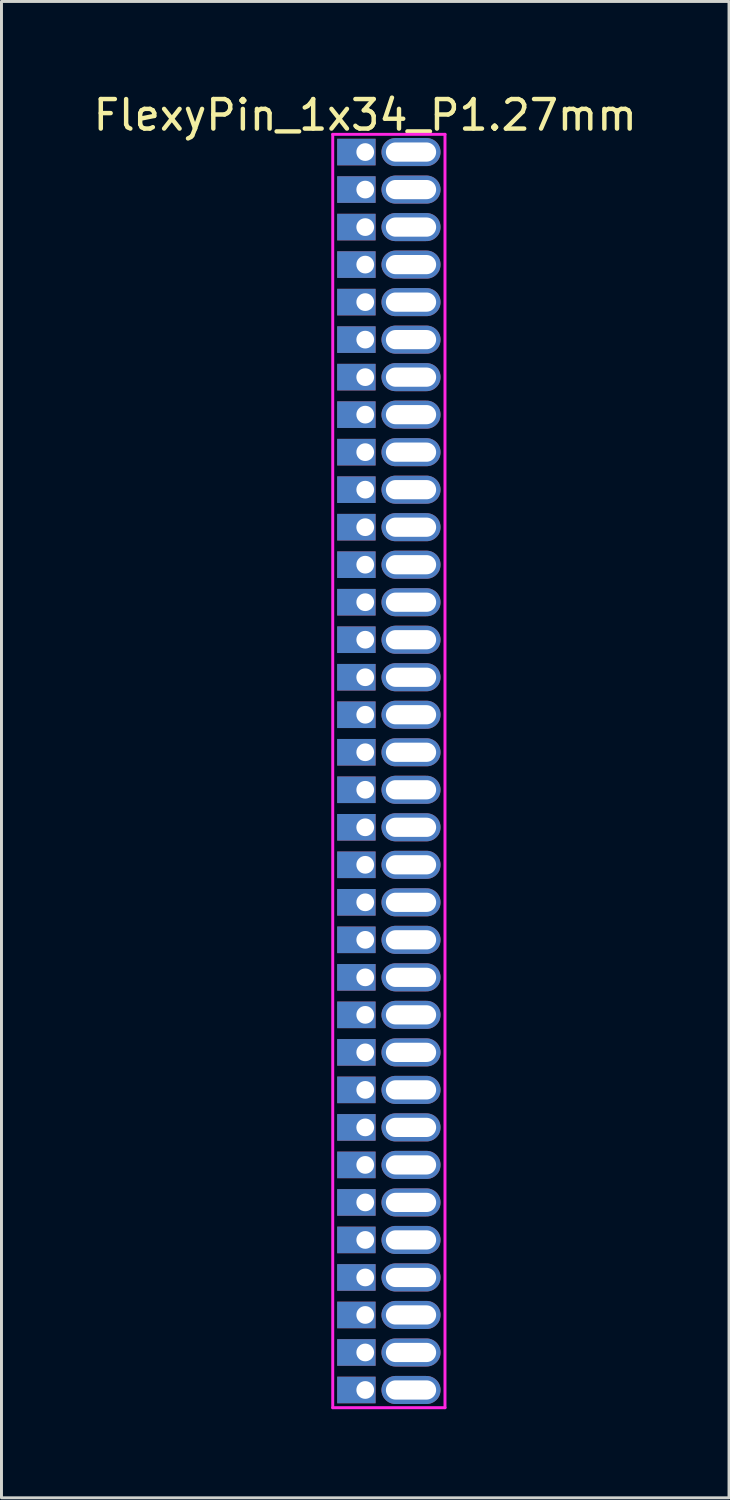
<source format=kicad_pcb>
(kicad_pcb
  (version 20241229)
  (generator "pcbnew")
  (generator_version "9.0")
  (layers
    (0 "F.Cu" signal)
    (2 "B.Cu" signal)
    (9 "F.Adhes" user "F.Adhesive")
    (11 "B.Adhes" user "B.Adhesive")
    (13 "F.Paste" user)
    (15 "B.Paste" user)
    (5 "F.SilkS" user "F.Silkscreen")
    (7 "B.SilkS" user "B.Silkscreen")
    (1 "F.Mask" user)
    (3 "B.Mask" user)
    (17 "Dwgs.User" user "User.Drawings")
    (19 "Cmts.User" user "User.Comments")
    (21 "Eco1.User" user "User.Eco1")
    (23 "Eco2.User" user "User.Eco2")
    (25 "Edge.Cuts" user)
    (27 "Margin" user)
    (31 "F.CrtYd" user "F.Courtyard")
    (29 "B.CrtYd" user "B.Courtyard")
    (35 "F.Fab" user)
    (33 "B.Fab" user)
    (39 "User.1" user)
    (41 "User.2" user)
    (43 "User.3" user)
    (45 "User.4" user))
  (footprint "FlexyPin_1x34_P1.27mm"
    (layer "F.Cu")
    (at 9.315 2.098)
    (property "Reference" "FlexyPin_1x34_P1.27mm" (at 0 -1.25 0) (layer "F.SilkS") (effects (font (size 1 1) (thickness 0.15))))
    (attr through_hole)
    (fp_line (start -1.1 -0.6) (end 2.7 -0.6) (stroke (width 0.1) (type solid)) (layer "F.CrtYd"))
    (fp_line (start -1.1 42.51) (end -1.1 -0.6) (stroke (width 0.1) (type solid)) (layer "F.CrtYd"))
    (fp_line (start 2.7 -0.6) (end 2.7 42.51) (stroke (width 0.1) (type solid)) (layer "F.CrtYd"))
    (fp_line (start 2.7 42.51) (end -1.1 42.51) (stroke (width 0.1) (type solid)) (layer "F.CrtYd"))
    (pad "" thru_hole oval (at 1.55 0) (size 2 0.95) (drill oval 1.7 0.65) (layers "*.Cu" "*.Mask"))
    (pad "" thru_hole oval (at 1.55 1.27) (size 2 0.95) (drill oval 1.7 0.65) (layers "*.Cu" "*.Mask"))
    (pad "" thru_hole oval (at 1.55 2.54) (size 2 0.95) (drill oval 1.7 0.65) (layers "*.Cu" "*.Mask"))
    (pad "" thru_hole oval (at 1.55 3.81) (size 2 0.95) (drill oval 1.7 0.65) (layers "*.Cu" "*.Mask"))
    (pad "" thru_hole oval (at 1.55 5.08) (size 2 0.95) (drill oval 1.7 0.65) (layers "*.Cu" "*.Mask"))
    (pad "" thru_hole oval (at 1.55 6.35) (size 2 0.95) (drill oval 1.7 0.65) (layers "*.Cu" "*.Mask"))
    (pad "" thru_hole oval (at 1.55 7.62) (size 2 0.95) (drill oval 1.7 0.65) (layers "*.Cu" "*.Mask"))
    (pad "" thru_hole oval (at 1.55 8.89) (size 2 0.95) (drill oval 1.7 0.65) (layers "*.Cu" "*.Mask"))
    (pad "" thru_hole oval (at 1.55 10.16) (size 2 0.95) (drill oval 1.7 0.65) (layers "*.Cu" "*.Mask"))
    (pad "" thru_hole oval (at 1.55 11.43) (size 2 0.95) (drill oval 1.7 0.65) (layers "*.Cu" "*.Mask"))
    (pad "" thru_hole oval (at 1.55 12.7) (size 2 0.95) (drill oval 1.7 0.65) (layers "*.Cu" "*.Mask"))
    (pad "" thru_hole oval (at 1.55 13.97) (size 2 0.95) (drill oval 1.7 0.65) (layers "*.Cu" "*.Mask"))
    (pad "" thru_hole oval (at 1.55 15.24) (size 2 0.95) (drill oval 1.7 0.65) (layers "*.Cu" "*.Mask"))
    (pad "" thru_hole oval (at 1.55 16.51) (size 2 0.95) (drill oval 1.7 0.65) (layers "*.Cu" "*.Mask"))
    (pad "" thru_hole oval (at 1.55 17.78) (size 2 0.95) (drill oval 1.7 0.65) (layers "*.Cu" "*.Mask"))
    (pad "" thru_hole oval (at 1.55 19.05) (size 2 0.95) (drill oval 1.7 0.65) (layers "*.Cu" "*.Mask"))
    (pad "" thru_hole oval (at 1.55 20.32) (size 2 0.95) (drill oval 1.7 0.65) (layers "*.Cu" "*.Mask"))
    (pad "" thru_hole oval (at 1.55 21.59) (size 2 0.95) (drill oval 1.7 0.65) (layers "*.Cu" "*.Mask"))
    (pad "" thru_hole oval (at 1.55 22.86) (size 2 0.95) (drill oval 1.7 0.65) (layers "*.Cu" "*.Mask"))
    (pad "" thru_hole oval (at 1.55 24.13) (size 2 0.95) (drill oval 1.7 0.65) (layers "*.Cu" "*.Mask"))
    (pad "" thru_hole oval (at 1.55 25.4) (size 2 0.95) (drill oval 1.7 0.65) (layers "*.Cu" "*.Mask"))
    (pad "" thru_hole oval (at 1.55 26.67) (size 2 0.95) (drill oval 1.7 0.65) (layers "*.Cu" "*.Mask"))
    (pad "" thru_hole oval (at 1.55 27.94) (size 2 0.95) (drill oval 1.7 0.65) (layers "*.Cu" "*.Mask"))
    (pad "" thru_hole oval (at 1.55 29.21) (size 2 0.95) (drill oval 1.7 0.65) (layers "*.Cu" "*.Mask"))
    (pad "" thru_hole oval (at 1.55 30.48) (size 2 0.95) (drill oval 1.7 0.65) (layers "*.Cu" "*.Mask"))
    (pad "" thru_hole oval (at 1.55 31.75) (size 2 0.95) (drill oval 1.7 0.65) (layers "*.Cu" "*.Mask"))
    (pad "" thru_hole oval (at 1.55 33.02) (size 2 0.95) (drill oval 1.7 0.65) (layers "*.Cu" "*.Mask"))
    (pad "" thru_hole oval (at 1.55 34.29) (size 2 0.95) (drill oval 1.7 0.65) (layers "*.Cu" "*.Mask"))
    (pad "" thru_hole oval (at 1.55 35.56) (size 2 0.95) (drill oval 1.7 0.65) (layers "*.Cu" "*.Mask"))
    (pad "" thru_hole oval (at 1.55 36.83) (size 2 0.95) (drill oval 1.7 0.65) (layers "*.Cu" "*.Mask"))
    (pad "" thru_hole oval (at 1.55 38.1) (size 2 0.95) (drill oval 1.7 0.65) (layers "*.Cu" "*.Mask"))
    (pad "" thru_hole oval (at 1.55 39.37) (size 2 0.95) (drill oval 1.7 0.65) (layers "*.Cu" "*.Mask"))
    (pad "" thru_hole oval (at 1.55 40.64) (size 2 0.95) (drill oval 1.7 0.65) (layers "*.Cu" "*.Mask"))
    (pad "" thru_hole oval (at 1.55 41.91) (size 2 0.95) (drill oval 1.7 0.65) (layers "*.Cu" "*.Mask"))
    (pad "1" thru_hole rect (at 0 0) (size 1.3 0.9) (drill 0.6 (offset -0.3 0)) (layers "*.Cu" "*.Mask"))
    (pad "2" thru_hole rect (at 0 1.27) (size 1.3 0.9) (drill 0.6 (offset -0.3 0)) (layers "*.Cu" "*.Mask"))
    (pad "3" thru_hole rect (at 0 2.54) (size 1.3 0.9) (drill 0.6 (offset -0.3 0)) (layers "*.Cu" "*.Mask"))
    (pad "4" thru_hole rect (at 0 3.81) (size 1.3 0.9) (drill 0.6 (offset -0.3 0)) (layers "*.Cu" "*.Mask"))
    (pad "5" thru_hole rect (at 0 5.08) (size 1.3 0.9) (drill 0.6 (offset -0.3 0)) (layers "*.Cu" "*.Mask"))
    (pad "6" thru_hole rect (at 0 6.35) (size 1.3 0.9) (drill 0.6 (offset -0.3 0)) (layers "*.Cu" "*.Mask"))
    (pad "7" thru_hole rect (at 0 7.62) (size 1.3 0.9) (drill 0.6 (offset -0.3 0)) (layers "*.Cu" "*.Mask"))
    (pad "8" thru_hole rect (at 0 8.89) (size 1.3 0.9) (drill 0.6 (offset -0.3 0)) (layers "*.Cu" "*.Mask"))
    (pad "9" thru_hole rect (at 0 10.16) (size 1.3 0.9) (drill 0.6 (offset -0.3 0)) (layers "*.Cu" "*.Mask"))
    (pad "10" thru_hole rect (at 0 11.43) (size 1.3 0.9) (drill 0.6 (offset -0.3 0)) (layers "*.Cu" "*.Mask"))
    (pad "11" thru_hole rect (at 0 12.7) (size 1.3 0.9) (drill 0.6 (offset -0.3 0)) (layers "*.Cu" "*.Mask"))
    (pad "12" thru_hole rect (at 0 13.97) (size 1.3 0.9) (drill 0.6 (offset -0.3 0)) (layers "*.Cu" "*.Mask"))
    (pad "13" thru_hole rect (at 0 15.24) (size 1.3 0.9) (drill 0.6 (offset -0.3 0)) (layers "*.Cu" "*.Mask"))
    (pad "14" thru_hole rect (at 0 16.51) (size 1.3 0.9) (drill 0.6 (offset -0.3 0)) (layers "*.Cu" "*.Mask"))
    (pad "15" thru_hole rect (at 0 17.78) (size 1.3 0.9) (drill 0.6 (offset -0.3 0)) (layers "*.Cu" "*.Mask"))
    (pad "16" thru_hole rect (at 0 19.05) (size 1.3 0.9) (drill 0.6 (offset -0.3 0)) (layers "*.Cu" "*.Mask"))
    (pad "17" thru_hole rect (at 0 20.32) (size 1.3 0.9) (drill 0.6 (offset -0.3 0)) (layers "*.Cu" "*.Mask"))
    (pad "18" thru_hole rect (at 0 21.59) (size 1.3 0.9) (drill 0.6 (offset -0.3 0)) (layers "*.Cu" "*.Mask"))
    (pad "19" thru_hole rect (at 0 22.86) (size 1.3 0.9) (drill 0.6 (offset -0.3 0)) (layers "*.Cu" "*.Mask"))
    (pad "20" thru_hole rect (at 0 24.13) (size 1.3 0.9) (drill 0.6 (offset -0.3 0)) (layers "*.Cu" "*.Mask"))
    (pad "21" thru_hole rect (at 0 25.4) (size 1.3 0.9) (drill 0.6 (offset -0.3 0)) (layers "*.Cu" "*.Mask"))
    (pad "22" thru_hole rect (at 0 26.67) (size 1.3 0.9) (drill 0.6 (offset -0.3 0)) (layers "*.Cu" "*.Mask"))
    (pad "23" thru_hole rect (at 0 27.94) (size 1.3 0.9) (drill 0.6 (offset -0.3 0)) (layers "*.Cu" "*.Mask"))
    (pad "24" thru_hole rect (at 0 29.21) (size 1.3 0.9) (drill 0.6 (offset -0.3 0)) (layers "*.Cu" "*.Mask"))
    (pad "25" thru_hole rect (at 0 30.48) (size 1.3 0.9) (drill 0.6 (offset -0.3 0)) (layers "*.Cu" "*.Mask"))
    (pad "26" thru_hole rect (at 0 31.75) (size 1.3 0.9) (drill 0.6 (offset -0.3 0)) (layers "*.Cu" "*.Mask"))
    (pad "27" thru_hole rect (at 0 33.02) (size 1.3 0.9) (drill 0.6 (offset -0.3 0)) (layers "*.Cu" "*.Mask"))
    (pad "28" thru_hole rect (at 0 34.29) (size 1.3 0.9) (drill 0.6 (offset -0.3 0)) (layers "*.Cu" "*.Mask"))
    (pad "29" thru_hole rect (at 0 35.56) (size 1.3 0.9) (drill 0.6 (offset -0.3 0)) (layers "*.Cu" "*.Mask"))
    (pad "30" thru_hole rect (at 0 36.83) (size 1.3 0.9) (drill 0.6 (offset -0.3 0)) (layers "*.Cu" "*.Mask"))
    (pad "31" thru_hole rect (at 0 38.1) (size 1.3 0.9) (drill 0.6 (offset -0.3 0)) (layers "*.Cu" "*.Mask"))
    (pad "32" thru_hole rect (at 0 39.37) (size 1.3 0.9) (drill 0.6 (offset -0.3 0)) (layers "*.Cu" "*.Mask"))
    (pad "33" thru_hole rect (at 0 40.64) (size 1.3 0.9) (drill 0.6 (offset -0.3 0)) (layers "*.Cu" "*.Mask"))
    (pad "34" thru_hole rect (at 0 41.91) (size 1.3 0.9) (drill 0.6 (offset -0.3 0)) (layers "*.Cu" "*.Mask")))
  (gr_rect
    (start -3 -3)
    (end 21.631 47.658)
    (stroke (width 0.1) (type default))
    (fill no)
    (layer "Edge.Cuts")))
</source>
